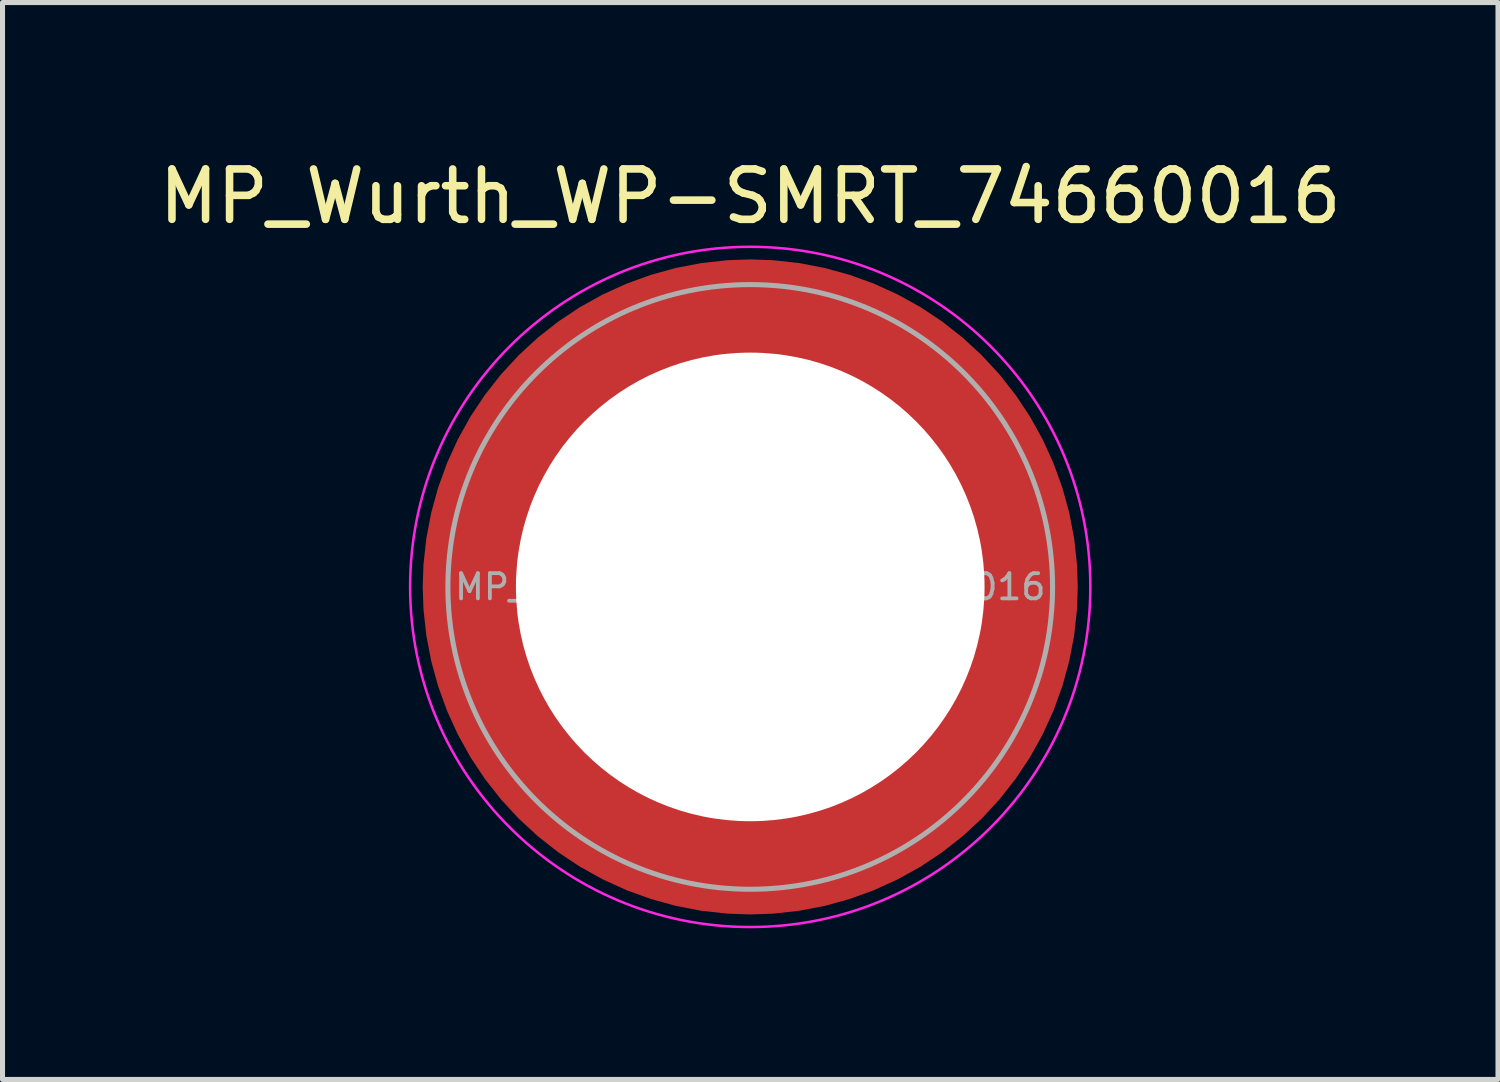
<source format=kicad_pcb>
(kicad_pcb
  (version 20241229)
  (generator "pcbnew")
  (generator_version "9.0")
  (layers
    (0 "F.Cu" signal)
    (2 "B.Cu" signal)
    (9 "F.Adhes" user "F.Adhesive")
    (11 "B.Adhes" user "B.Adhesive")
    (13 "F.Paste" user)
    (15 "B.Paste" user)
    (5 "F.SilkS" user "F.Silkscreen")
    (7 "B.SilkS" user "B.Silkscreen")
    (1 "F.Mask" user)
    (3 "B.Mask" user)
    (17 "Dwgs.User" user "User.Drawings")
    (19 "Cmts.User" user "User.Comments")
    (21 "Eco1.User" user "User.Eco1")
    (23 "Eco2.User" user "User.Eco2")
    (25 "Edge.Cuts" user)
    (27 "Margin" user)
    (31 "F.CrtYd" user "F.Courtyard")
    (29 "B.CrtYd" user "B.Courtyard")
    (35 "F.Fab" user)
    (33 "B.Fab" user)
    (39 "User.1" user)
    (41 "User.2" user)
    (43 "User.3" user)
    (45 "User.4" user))
  (footprint "MP_Wurth_WP-SMRT_74660016"
    (layer "F.Cu")
    (at 11.839 8.598)
    (property "Reference" "MP_Wurth_WP-SMRT_74660016" (at 0 -7.75 0) (unlocked yes) (layer "F.SilkS") (effects (font (size 1 1) (thickness 0.15))))
    (attr smd)
    (fp_poly (pts (xy -4.71 0.569) (xy -4.7 0.649) (xy -4.69 0.729) (xy -4.67 0.839) (xy -4.655 0.929) (xy -4.64 0.999) (xy -4.625 1.069) (xy -4.61 1.129) (xy -4.585 1.224) (xy -4.565 1.299) (xy -4.54 1.384) (xy -4.51 1.478) (xy -4.485 1.553) (xy -4.46 1.623) (xy -4.43 1.703) (xy -4.4 1.778) (xy -4.365 1.863) (xy -4.325 1.953) (xy -4.29 2.028) (xy -4.251 2.113) (xy -4.206 2.198) (xy -4.166 2.273) (xy -4.131 2.338) (xy -4.096 2.397) (xy -4.051 2.472) (xy -4.006 2.542) (xy -3.956 2.622) (xy -3.901 2.702) (xy -3.866 2.752) (xy -3.811 2.827) (xy -3.746 2.912) (xy -3.686 2.987) (xy -3.636 3.047) (xy -3.586 3.107) (xy -3.546 3.152) (xy -3.496 3.207) (xy -3.446 3.262) (xy -3.401 3.306) (xy -3.401 3.307) (xy -3.351 3.361) (xy -3.297 3.411) (xy -3.296 3.411) (xy -3.237 3.471) (xy -3.187 3.516) (xy -3.147 3.551) (xy -3.092 3.601) (xy -3.067 3.621) (xy -3.007 3.671) (xy -2.937 3.726) (xy -2.892 3.761) (xy -2.827 3.811) (xy -2.752 3.866) (xy -2.672 3.921) (xy -2.622 3.956) (xy -2.552 4.001) (xy -2.472 4.051) (xy -2.407 4.091) (xy -2.348 4.126) (xy -2.283 4.161) (xy -2.218 4.196) (xy -2.143 4.236) (xy -2.073 4.27) (xy -1.998 4.305) (xy -1.923 4.34) (xy -1.848 4.37) (xy -1.848 4.37) (xy -1.743 4.415) (xy -1.663 4.445) (xy -1.598 4.47) (xy -1.434 4.525) (xy -1.349 4.55) (xy -1.264 4.575) (xy -1.169 4.6) (xy -1.084 4.62) (xy -0.994 4.64) (xy -0.924 4.655) (xy -0.849 4.67) (xy -0.789 4.68) (xy -0.699 4.695) (xy -0.539 4.715) (xy -0.495 4.721) (xy -0.495 6.385) (xy -0.56 6.38) (xy -0.62 6.375) (xy -0.67 6.37) (xy -0.72 6.365) (xy -0.721 6.365) (xy -0.801 6.355) (xy -0.876 6.345) (xy -0.981 6.33) (xy -1.076 6.315) (xy -1.076 6.315) (xy -1.236 6.285) (xy -1.336 6.265) (xy -1.451 6.24) (xy -1.536 6.22) (xy -1.536 6.22) (xy -1.611 6.2) (xy -1.691 6.18) (xy -1.691 6.18) (xy -1.761 6.16) (xy -1.846 6.135) (xy -1.911 6.115) (xy -2.007 6.085) (xy -2.097 6.055) (xy -2.097 6.055) (xy -2.207 6.015) (xy -2.207 6.015) (xy -2.297 5.98) (xy -2.392 5.945) (xy -2.392 5.945) (xy -2.472 5.91) (xy -2.567 5.87) (xy -2.657 5.83) (xy -2.732 5.795) (xy -2.817 5.755) (xy -2.817 5.754) (xy -2.887 5.719) (xy -2.887 5.719) (xy -3.112 5.599) (xy -3.157 5.574) (xy -3.158 5.574) (xy -3.232 5.529) (xy -3.312 5.484) (xy -3.313 5.484) (xy -3.393 5.434) (xy -3.448 5.399) (xy -3.448 5.399) (xy -3.658 5.259) (xy -3.658 5.259) (xy -3.728 5.209) (xy -3.728 5.209) (xy -3.788 5.164) (xy -3.858 5.114) (xy -3.858 5.114) (xy -3.908 5.074) (xy -3.953 5.039) (xy -4.018 4.989) (xy -4.018 4.989) (xy -4.083 4.934) (xy -4.143 4.884) (xy -4.143 4.884) (xy -4.223 4.814) (xy -4.288 4.759) (xy -4.288 4.759) (xy -4.348 4.704) (xy -4.349 4.704) (xy -4.373 4.679) (xy -4.443 4.614) (xy -4.444 4.614) (xy -4.639 4.419) (xy -4.639 4.418) (xy -4.699 4.353) (xy -4.749 4.298) (xy -4.789 4.253) (xy -4.829 4.208) (xy -4.864 4.168) (xy -4.864 4.168) (xy -4.909 4.113) (xy -4.964 4.048) (xy -5.009 3.993) (xy -5.064 3.923) (xy -5.064 3.923) (xy -5.109 3.863) (xy -5.159 3.798) (xy -5.159 3.798) (xy -5.209 3.728) (xy -5.254 3.663) (xy -5.289 3.613) (xy -5.334 3.548) (xy -5.334 3.548) (xy -5.424 3.408) (xy -5.424 3.408) (xy -5.454 3.358) (xy -5.489 3.303) (xy -5.489 3.303) (xy -5.524 3.243) (xy -5.564 3.173) (xy -5.594 3.123) (xy -5.594 3.122) (xy -5.624 3.067) (xy -5.664 2.992) (xy -5.699 2.927) (xy -5.699 2.927) (xy -5.764 2.797) (xy -5.765 2.797) (xy -5.79 2.742) (xy -5.835 2.647) (xy -5.865 2.582) (xy -5.865 2.582) (xy -5.895 2.507) (xy -5.925 2.437) (xy -5.95 2.377) (xy -5.98 2.302) (xy -5.98 2.302) (xy -6.015 2.207) (xy -6.05 2.107) (xy -6.075 2.032) (xy -6.1 1.957) (xy -6.1 1.956) (xy -6.12 1.892) (xy -6.145 1.817) (xy -6.145 1.816) (xy -6.165 1.736) (xy -6.195 1.631) (xy -6.215 1.556) (xy -6.215 1.556) (xy -6.235 1.471) (xy -6.26 1.356) (xy -6.28 1.266) (xy -6.28 1.266) (xy -6.295 1.186) (xy -6.31 1.101) (xy -6.325 1.016) (xy -6.325 1.016) (xy -6.34 0.916) (xy -6.34 0.916) (xy -6.35 0.831) (xy -6.36 0.756) (xy -6.36 0.756) (xy -6.37 0.666) (xy -6.38 0.571) (xy -6.38 0.57) (xy -6.385 0.495) (xy -4.721 0.495)) (stroke (width 0) (type default)) (fill yes) (layer "F.Paste"))
    (fp_poly (pts (xy -0.495 -4.721) (xy -0.569 -4.71) (xy -0.649 -4.7) (xy -0.729 -4.69) (xy -0.839 -4.67) (xy -0.929 -4.655) (xy -0.999 -4.64) (xy -1.069 -4.625) (xy -1.129 -4.61) (xy -1.224 -4.585) (xy -1.299 -4.565) (xy -1.384 -4.54) (xy -1.478 -4.51) (xy -1.553 -4.485) (xy -1.623 -4.46) (xy -1.703 -4.43) (xy -1.778 -4.4) (xy -1.863 -4.365) (xy -1.953 -4.325) (xy -2.028 -4.29) (xy -2.113 -4.251) (xy -2.198 -4.206) (xy -2.273 -4.166) (xy -2.338 -4.131) (xy -2.397 -4.096) (xy -2.472 -4.051) (xy -2.542 -4.006) (xy -2.622 -3.956) (xy -2.702 -3.901) (xy -2.752 -3.866) (xy -2.827 -3.811) (xy -2.912 -3.746) (xy -2.987 -3.686) (xy -3.047 -3.636) (xy -3.107 -3.586) (xy -3.152 -3.546) (xy -3.207 -3.496) (xy -3.262 -3.446) (xy -3.306 -3.401) (xy -3.307 -3.401) (xy -3.361 -3.351) (xy -3.411 -3.297) (xy -3.411 -3.296) (xy -3.471 -3.237) (xy -3.516 -3.187) (xy -3.551 -3.147) (xy -3.601 -3.092) (xy -3.621 -3.067) (xy -3.671 -3.007) (xy -3.726 -2.937) (xy -3.761 -2.892) (xy -3.811 -2.827) (xy -3.866 -2.752) (xy -3.921 -2.672) (xy -3.956 -2.622) (xy -4.001 -2.552) (xy -4.051 -2.472) (xy -4.091 -2.407) (xy -4.126 -2.348) (xy -4.161 -2.283) (xy -4.196 -2.218) (xy -4.236 -2.143) (xy -4.27 -2.073) (xy -4.305 -1.998) (xy -4.34 -1.923) (xy -4.37 -1.848) (xy -4.37 -1.848) (xy -4.415 -1.743) (xy -4.445 -1.663) (xy -4.47 -1.598) (xy -4.525 -1.434) (xy -4.55 -1.349) (xy -4.575 -1.264) (xy -4.6 -1.169) (xy -4.62 -1.084) (xy -4.64 -0.994) (xy -4.655 -0.924) (xy -4.67 -0.849) (xy -4.68 -0.789) (xy -4.695 -0.699) (xy -4.715 -0.539) (xy -4.721 -0.495) (xy -6.385 -0.495) (xy -6.38 -0.56) (xy -6.375 -0.62) (xy -6.37 -0.67) (xy -6.365 -0.72) (xy -6.365 -0.721) (xy -6.355 -0.801) (xy -6.345 -0.876) (xy -6.33 -0.981) (xy -6.315 -1.076) (xy -6.315 -1.076) (xy -6.285 -1.236) (xy -6.265 -1.336) (xy -6.24 -1.451) (xy -6.22 -1.536) (xy -6.22 -1.536) (xy -6.2 -1.611) (xy -6.18 -1.691) (xy -6.18 -1.691) (xy -6.16 -1.761) (xy -6.135 -1.846) (xy -6.115 -1.911) (xy -6.085 -2.007) (xy -6.055 -2.097) (xy -6.055 -2.097) (xy -6.015 -2.207) (xy -6.015 -2.207) (xy -5.98 -2.297) (xy -5.945 -2.392) (xy -5.945 -2.392) (xy -5.91 -2.472) (xy -5.87 -2.567) (xy -5.83 -2.657) (xy -5.795 -2.732) (xy -5.755 -2.817) (xy -5.754 -2.817) (xy -5.719 -2.887) (xy -5.719 -2.887) (xy -5.599 -3.112) (xy -5.574 -3.157) (xy -5.574 -3.158) (xy -5.529 -3.232) (xy -5.484 -3.312) (xy -5.484 -3.313) (xy -5.434 -3.393) (xy -5.399 -3.448) (xy -5.399 -3.448) (xy -5.259 -3.658) (xy -5.259 -3.658) (xy -5.209 -3.728) (xy -5.209 -3.728) (xy -5.164 -3.788) (xy -5.114 -3.858) (xy -5.114 -3.858) (xy -5.074 -3.908) (xy -5.039 -3.953) (xy -4.989 -4.018) (xy -4.989 -4.018) (xy -4.934 -4.083) (xy -4.884 -4.143) (xy -4.884 -4.143) (xy -4.814 -4.223) (xy -4.759 -4.288) (xy -4.759 -4.288) (xy -4.704 -4.348) (xy -4.704 -4.349) (xy -4.679 -4.373) (xy -4.614 -4.443) (xy -4.614 -4.444) (xy -4.419 -4.639) (xy -4.418 -4.639) (xy -4.353 -4.699) (xy -4.298 -4.749) (xy -4.253 -4.789) (xy -4.208 -4.829) (xy -4.168 -4.864) (xy -4.168 -4.864) (xy -4.113 -4.909) (xy -4.048 -4.964) (xy -3.993 -5.009) (xy -3.923 -5.064) (xy -3.923 -5.064) (xy -3.863 -5.109) (xy -3.798 -5.159) (xy -3.798 -5.159) (xy -3.728 -5.209) (xy -3.663 -5.254) (xy -3.613 -5.289) (xy -3.548 -5.334) (xy -3.548 -5.334) (xy -3.408 -5.424) (xy -3.408 -5.424) (xy -3.358 -5.454) (xy -3.303 -5.489) (xy -3.303 -5.489) (xy -3.243 -5.524) (xy -3.173 -5.564) (xy -3.123 -5.594) (xy -3.122 -5.594) (xy -3.067 -5.624) (xy -2.992 -5.664) (xy -2.927 -5.699) (xy -2.927 -5.699) (xy -2.797 -5.764) (xy -2.797 -5.765) (xy -2.742 -5.79) (xy -2.647 -5.835) (xy -2.582 -5.865) (xy -2.582 -5.865) (xy -2.507 -5.895) (xy -2.437 -5.925) (xy -2.377 -5.95) (xy -2.302 -5.98) (xy -2.302 -5.98) (xy -2.207 -6.015) (xy -2.107 -6.05) (xy -2.032 -6.075) (xy -1.957 -6.1) (xy -1.956 -6.1) (xy -1.892 -6.12) (xy -1.817 -6.145) (xy -1.816 -6.145) (xy -1.736 -6.165) (xy -1.631 -6.195) (xy -1.556 -6.215) (xy -1.556 -6.215) (xy -1.471 -6.235) (xy -1.356 -6.26) (xy -1.266 -6.28) (xy -1.266 -6.28) (xy -1.186 -6.295) (xy -1.101 -6.31) (xy -1.016 -6.325) (xy -1.016 -6.325) (xy -0.916 -6.34) (xy -0.916 -6.34) (xy -0.831 -6.35) (xy -0.756 -6.36) (xy -0.756 -6.36) (xy -0.666 -6.37) (xy -0.571 -6.38) (xy -0.57 -6.38) (xy -0.495 -6.385)) (stroke (width 0) (type default)) (fill yes) (layer "F.Paste"))
    (fp_poly (pts (xy 0.56 -6.38) (xy 0.62 -6.375) (xy 0.67 -6.37) (xy 0.72 -6.365) (xy 0.721 -6.365) (xy 0.801 -6.355) (xy 0.876 -6.345) (xy 0.981 -6.33) (xy 1.076 -6.315) (xy 1.076 -6.315) (xy 1.236 -6.285) (xy 1.336 -6.265) (xy 1.451 -6.24) (xy 1.536 -6.22) (xy 1.536 -6.22) (xy 1.611 -6.2) (xy 1.691 -6.18) (xy 1.691 -6.18) (xy 1.761 -6.16) (xy 1.846 -6.135) (xy 1.911 -6.115) (xy 2.007 -6.085) (xy 2.097 -6.055) (xy 2.097 -6.055) (xy 2.207 -6.015) (xy 2.207 -6.015) (xy 2.297 -5.98) (xy 2.392 -5.945) (xy 2.392 -5.945) (xy 2.472 -5.91) (xy 2.567 -5.87) (xy 2.657 -5.83) (xy 2.732 -5.795) (xy 2.817 -5.755) (xy 2.817 -5.754) (xy 2.887 -5.719) (xy 2.887 -5.719) (xy 3.112 -5.599) (xy 3.157 -5.574) (xy 3.158 -5.574) (xy 3.232 -5.529) (xy 3.312 -5.484) (xy 3.313 -5.484) (xy 3.393 -5.434) (xy 3.448 -5.399) (xy 3.448 -5.399) (xy 3.658 -5.259) (xy 3.658 -5.259) (xy 3.728 -5.209) (xy 3.728 -5.209) (xy 3.788 -5.164) (xy 3.858 -5.114) (xy 3.858 -5.114) (xy 3.908 -5.074) (xy 3.953 -5.039) (xy 4.018 -4.989) (xy 4.018 -4.989) (xy 4.083 -4.934) (xy 4.143 -4.884) (xy 4.143 -4.884) (xy 4.223 -4.814) (xy 4.288 -4.759) (xy 4.288 -4.759) (xy 4.348 -4.704) (xy 4.349 -4.704) (xy 4.373 -4.679) (xy 4.443 -4.614) (xy 4.444 -4.614) (xy 4.639 -4.419) (xy 4.639 -4.418) (xy 4.699 -4.353) (xy 4.749 -4.298) (xy 4.789 -4.253) (xy 4.829 -4.208) (xy 4.864 -4.168) (xy 4.864 -4.168) (xy 4.909 -4.113) (xy 4.964 -4.048) (xy 5.009 -3.993) (xy 5.064 -3.923) (xy 5.064 -3.923) (xy 5.109 -3.863) (xy 5.159 -3.798) (xy 5.159 -3.798) (xy 5.209 -3.728) (xy 5.254 -3.663) (xy 5.289 -3.613) (xy 5.334 -3.548) (xy 5.334 -3.548) (xy 5.424 -3.408) (xy 5.424 -3.408) (xy 5.454 -3.358) (xy 5.489 -3.303) (xy 5.489 -3.303) (xy 5.524 -3.243) (xy 5.564 -3.173) (xy 5.594 -3.123) (xy 5.594 -3.122) (xy 5.624 -3.067) (xy 5.664 -2.992) (xy 5.699 -2.927) (xy 5.699 -2.927) (xy 5.764 -2.797) (xy 5.765 -2.797) (xy 5.79 -2.742) (xy 5.835 -2.647) (xy 5.865 -2.582) (xy 5.865 -2.582) (xy 5.895 -2.507) (xy 5.925 -2.437) (xy 5.95 -2.377) (xy 5.98 -2.302) (xy 5.98 -2.302) (xy 6.015 -2.207) (xy 6.05 -2.107) (xy 6.075 -2.032) (xy 6.1 -1.957) (xy 6.1 -1.956) (xy 6.12 -1.892) (xy 6.145 -1.817) (xy 6.145 -1.816) (xy 6.165 -1.736) (xy 6.195 -1.631) (xy 6.215 -1.556) (xy 6.215 -1.556) (xy 6.235 -1.471) (xy 6.26 -1.356) (xy 6.28 -1.266) (xy 6.28 -1.266) (xy 6.295 -1.186) (xy 6.31 -1.101) (xy 6.325 -1.016) (xy 6.325 -1.016) (xy 6.34 -0.916) (xy 6.34 -0.916) (xy 6.35 -0.831) (xy 6.36 -0.756) (xy 6.36 -0.756) (xy 6.37 -0.666) (xy 6.38 -0.571) (xy 6.38 -0.57) (xy 6.385 -0.495) (xy 4.721 -0.495) (xy 4.71 -0.569) (xy 4.7 -0.649) (xy 4.69 -0.729) (xy 4.67 -0.839) (xy 4.655 -0.929) (xy 4.64 -0.999) (xy 4.625 -1.069) (xy 4.61 -1.129) (xy 4.585 -1.224) (xy 4.565 -1.299) (xy 4.54 -1.384) (xy 4.51 -1.478) (xy 4.485 -1.553) (xy 4.46 -1.623) (xy 4.43 -1.703) (xy 4.4 -1.778) (xy 4.365 -1.863) (xy 4.325 -1.953) (xy 4.29 -2.028) (xy 4.251 -2.113) (xy 4.206 -2.198) (xy 4.166 -2.273) (xy 4.131 -2.338) (xy 4.096 -2.397) (xy 4.051 -2.472) (xy 4.006 -2.542) (xy 3.956 -2.622) (xy 3.901 -2.702) (xy 3.866 -2.752) (xy 3.811 -2.827) (xy 3.746 -2.912) (xy 3.686 -2.987) (xy 3.636 -3.047) (xy 3.586 -3.107) (xy 3.546 -3.152) (xy 3.496 -3.207) (xy 3.446 -3.262) (xy 3.401 -3.306) (xy 3.401 -3.307) (xy 3.351 -3.361) (xy 3.297 -3.411) (xy 3.296 -3.411) (xy 3.237 -3.471) (xy 3.187 -3.516) (xy 3.147 -3.551) (xy 3.092 -3.601) (xy 3.067 -3.621) (xy 3.007 -3.671) (xy 2.937 -3.726) (xy 2.892 -3.761) (xy 2.827 -3.811) (xy 2.752 -3.866) (xy 2.672 -3.921) (xy 2.622 -3.956) (xy 2.552 -4.001) (xy 2.472 -4.051) (xy 2.407 -4.091) (xy 2.348 -4.126) (xy 2.283 -4.161) (xy 2.218 -4.196) (xy 2.143 -4.236) (xy 2.073 -4.27) (xy 1.998 -4.305) (xy 1.923 -4.34) (xy 1.848 -4.37) (xy 1.848 -4.37) (xy 1.743 -4.415) (xy 1.663 -4.445) (xy 1.598 -4.47) (xy 1.434 -4.525) (xy 1.349 -4.55) (xy 1.264 -4.575) (xy 1.169 -4.6) (xy 1.084 -4.62) (xy 0.994 -4.64) (xy 0.924 -4.655) (xy 0.849 -4.67) (xy 0.789 -4.68) (xy 0.699 -4.695) (xy 0.539 -4.715) (xy 0.495 -4.721) (xy 0.495 -6.385)) (stroke (width 0) (type default)) (fill yes) (layer "F.Paste"))
    (fp_poly (pts (xy 6.38 0.56) (xy 6.375 0.62) (xy 6.37 0.67) (xy 6.365 0.72) (xy 6.365 0.721) (xy 6.355 0.801) (xy 6.345 0.876) (xy 6.33 0.981) (xy 6.315 1.076) (xy 6.315 1.076) (xy 6.285 1.236) (xy 6.265 1.336) (xy 6.24 1.451) (xy 6.22 1.536) (xy 6.22 1.536) (xy 6.2 1.611) (xy 6.18 1.691) (xy 6.18 1.691) (xy 6.16 1.761) (xy 6.135 1.846) (xy 6.115 1.911) (xy 6.085 2.007) (xy 6.055 2.097) (xy 6.055 2.097) (xy 6.015 2.207) (xy 6.015 2.207) (xy 5.98 2.297) (xy 5.945 2.392) (xy 5.945 2.392) (xy 5.91 2.472) (xy 5.87 2.567) (xy 5.83 2.657) (xy 5.795 2.732) (xy 5.755 2.817) (xy 5.754 2.817) (xy 5.719 2.887) (xy 5.719 2.887) (xy 5.599 3.112) (xy 5.574 3.157) (xy 5.574 3.158) (xy 5.529 3.232) (xy 5.484 3.312) (xy 5.484 3.313) (xy 5.434 3.393) (xy 5.399 3.448) (xy 5.399 3.448) (xy 5.259 3.658) (xy 5.259 3.658) (xy 5.209 3.728) (xy 5.209 3.728) (xy 5.164 3.788) (xy 5.114 3.858) (xy 5.114 3.858) (xy 5.074 3.908) (xy 5.039 3.953) (xy 4.989 4.018) (xy 4.989 4.018) (xy 4.934 4.083) (xy 4.884 4.143) (xy 4.884 4.143) (xy 4.814 4.223) (xy 4.759 4.288) (xy 4.759 4.288) (xy 4.704 4.348) (xy 4.704 4.349) (xy 4.679 4.373) (xy 4.614 4.443) (xy 4.614 4.444) (xy 4.419 4.639) (xy 4.418 4.639) (xy 4.353 4.699) (xy 4.298 4.749) (xy 4.253 4.789) (xy 4.208 4.829) (xy 4.168 4.864) (xy 4.168 4.864) (xy 4.113 4.909) (xy 4.048 4.964) (xy 3.993 5.009) (xy 3.923 5.064) (xy 3.923 5.064) (xy 3.863 5.109) (xy 3.798 5.159) (xy 3.798 5.159) (xy 3.728 5.209) (xy 3.663 5.254) (xy 3.613 5.289) (xy 3.548 5.334) (xy 3.548 5.334) (xy 3.408 5.424) (xy 3.408 5.424) (xy 3.358 5.454) (xy 3.303 5.489) (xy 3.303 5.489) (xy 3.243 5.524) (xy 3.173 5.564) (xy 3.123 5.594) (xy 3.122 5.594) (xy 3.067 5.624) (xy 2.992 5.664) (xy 2.927 5.699) (xy 2.927 5.699) (xy 2.797 5.764) (xy 2.797 5.765) (xy 2.742 5.79) (xy 2.647 5.835) (xy 2.582 5.865) (xy 2.582 5.865) (xy 2.507 5.895) (xy 2.437 5.925) (xy 2.377 5.95) (xy 2.302 5.98) (xy 2.302 5.98) (xy 2.207 6.015) (xy 2.107 6.05) (xy 2.032 6.075) (xy 1.957 6.1) (xy 1.956 6.1) (xy 1.892 6.12) (xy 1.817 6.145) (xy 1.816 6.145) (xy 1.736 6.165) (xy 1.631 6.195) (xy 1.556 6.215) (xy 1.556 6.215) (xy 1.471 6.235) (xy 1.356 6.26) (xy 1.266 6.28) (xy 1.266 6.28) (xy 1.186 6.295) (xy 1.101 6.31) (xy 1.016 6.325) (xy 1.016 6.325) (xy 0.916 6.34) (xy 0.916 6.34) (xy 0.831 6.35) (xy 0.756 6.36) (xy 0.756 6.36) (xy 0.666 6.37) (xy 0.571 6.38) (xy 0.57 6.38) (xy 0.495 6.385) (xy 0.495 4.721) (xy 0.569 4.71) (xy 0.649 4.7) (xy 0.729 4.69) (xy 0.839 4.67) (xy 0.929 4.655) (xy 0.999 4.64) (xy 1.069 4.625) (xy 1.129 4.61) (xy 1.224 4.585) (xy 1.299 4.565) (xy 1.384 4.54) (xy 1.478 4.51) (xy 1.553 4.485) (xy 1.623 4.46) (xy 1.703 4.43) (xy 1.778 4.4) (xy 1.863 4.365) (xy 1.953 4.325) (xy 2.028 4.29) (xy 2.113 4.251) (xy 2.198 4.206) (xy 2.273 4.166) (xy 2.338 4.131) (xy 2.397 4.096) (xy 2.472 4.051) (xy 2.542 4.006) (xy 2.622 3.956) (xy 2.702 3.901) (xy 2.752 3.866) (xy 2.827 3.811) (xy 2.912 3.746) (xy 2.987 3.686) (xy 3.047 3.636) (xy 3.107 3.586) (xy 3.152 3.546) (xy 3.207 3.496) (xy 3.262 3.446) (xy 3.306 3.401) (xy 3.307 3.401) (xy 3.361 3.351) (xy 3.411 3.297) (xy 3.411 3.296) (xy 3.471 3.237) (xy 3.516 3.187) (xy 3.551 3.147) (xy 3.601 3.092) (xy 3.621 3.067) (xy 3.671 3.007) (xy 3.726 2.937) (xy 3.761 2.892) (xy 3.811 2.827) (xy 3.866 2.752) (xy 3.921 2.672) (xy 3.956 2.622) (xy 4.001 2.552) (xy 4.051 2.472) (xy 4.091 2.407) (xy 4.126 2.348) (xy 4.161 2.283) (xy 4.196 2.218) (xy 4.236 2.143) (xy 4.27 2.073) (xy 4.305 1.998) (xy 4.34 1.923) (xy 4.37 1.848) (xy 4.37 1.848) (xy 4.415 1.743) (xy 4.445 1.663) (xy 4.47 1.598) (xy 4.525 1.434) (xy 4.55 1.349) (xy 4.575 1.264) (xy 4.6 1.169) (xy 4.62 1.084) (xy 4.64 0.994) (xy 4.655 0.924) (xy 4.67 0.849) (xy 4.68 0.789) (xy 4.695 0.699) (xy 4.715 0.539) (xy 4.721 0.495) (xy 6.385 0.495)) (stroke (width 0) (type default)) (fill yes) (layer "F.Paste"))
    (fp_circle (center 0 0) (end 6.75 0) (stroke (width 0.05) (type solid)) (fill no) (layer "F.CrtYd"))
    (fp_circle (center 0 0) (end 6 0) (stroke (width 0.1) (type solid)) (fill no) (layer "F.Fab"))
    (fp_text user "${REFERENCE}" (at 0 0 0) (unlocked yes) (layer "F.Fab") (effects (font (size 0.5 0.5) (thickness 0.075))))
    (pad "" np_thru_hole circle (at 0 0) (size 9.3 9.3) (drill 9.3) (layers "*.Cu" "*.Mask"))
    (pad "1" smd roundrect (at 0 0) (size 13 13) (layers "F.Cu" "F.Mask") (roundrect_rratio 0.5)))
  (gr_rect
    (start -3 -3)
    (end 26.679 18.373)
    (stroke (width 0.1) (type default))
    (fill no)
    (layer "Edge.Cuts")))
</source>
